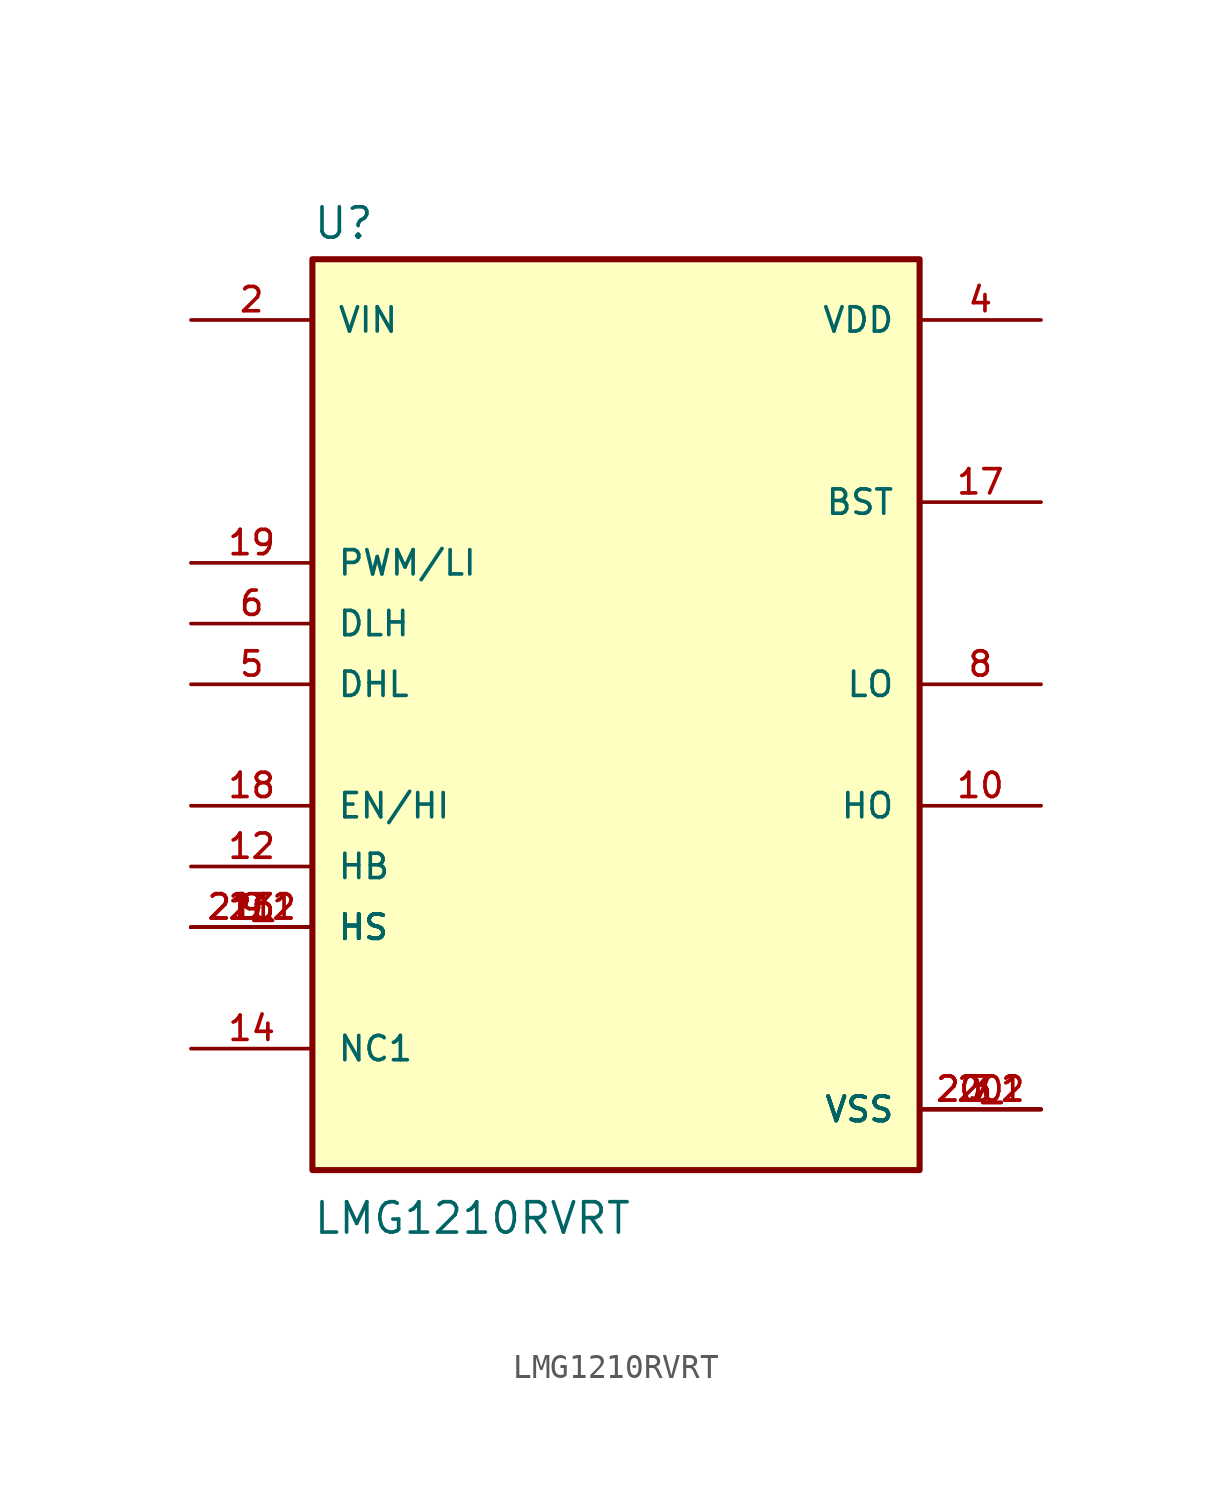
<source format=kicad_sym>
(kicad_symbol_lib
  (version 20220914)
  (generator kicad_symbol_editor)
  (symbol "LMG1210RVRT"
    (pin_names
      (offset 1.016))
    (property "Reference" "U"
      (at -12.7 21.082 0)
      (effects (font (size 1.27 1.27)) (justify left bottom)))
    (property "Value" "LMG1210RVRT"
      (at -12.7 -19.05 0)
      (effects (font (size 1.27 1.27)) (justify left top)))
    (symbol "LMG1210RVRT_0_0"
      (rectangle (start -12.7 -17.78) (end 12.7 20.32) (stroke (width 0.254) (type default)) (fill (type background)))
      (pin output line (at 17.78 -2.54 180) (length 5.08) (name "HO" (effects (font (size 1.016 1.016)))) (number "10" (effects (font (size 1.016 1.016)))))
      (pin input line (at -17.78 -5.08 0) (length 5.08) (name "HB" (effects (font (size 1.016 1.016)))) (number "12" (effects (font (size 1.016 1.016)))))
      (pin input line (at -17.78 -7.62 0) (length 5.08) (name "HS" (effects (font (size 1.016 1.016)))) (number "13" (effects (font (size 1.016 1.016)))))
      (pin passive line (at -17.78 -12.7 0) (length 5.08) (name "NC1" (effects (font (size 1.016 1.016)))) (number "14" (effects (font (size 1.016 1.016)))))
      (pin input line (at -17.78 -7.62 0) (length 5.08) (name "HS" (effects (font (size 1.016 1.016)))) (number "16" (effects (font (size 1.016 1.016)))))
      (pin output line (at 17.78 10.16 180) (length 5.08) (name "BST" (effects (font (size 1.016 1.016)))) (number "17" (effects (font (size 1.016 1.016)))))
      (pin input line (at -17.78 -2.54 0) (length 5.08) (name "EN/HI" (effects (font (size 1.016 1.016)))) (number "18" (effects (font (size 1.016 1.016)))))
      (pin input line (at -17.78 7.62 0) (length 5.08) (name "PWM/LI" (effects (font (size 1.016 1.016)))) (number "19" (effects (font (size 1.016 1.016)))))
      (pin input line (at -17.78 17.78 0) (length 5.08) (name "VIN" (effects (font (size 1.016 1.016)))) (number "2" (effects (font (size 1.016 1.016)))))
      (pin power_in line (at 17.78 -15.24 180) (length 5.08) (name "VSS" (effects (font (size 1.016 1.016)))) (number "20" (effects (font (size 1.016 1.016)))))
      (pin power_in line (at 17.78 -15.24 180) (length 5.08) (name "VSS" (effects (font (size 1.016 1.016)))) (number "20_1" (effects (font (size 1.016 1.016)))))
      (pin power_in line (at 17.78 -15.24 180) (length 5.08) (name "VSS" (effects (font (size 1.016 1.016)))) (number "20_2" (effects (font (size 1.016 1.016)))))
      (pin input line (at -17.78 -7.62 0) (length 5.08) (name "HS" (effects (font (size 1.016 1.016)))) (number "21" (effects (font (size 1.016 1.016)))))
      (pin input line (at -17.78 -7.62 0) (length 5.08) (name "HS" (effects (font (size 1.016 1.016)))) (number "21_1" (effects (font (size 1.016 1.016)))))
      (pin input line (at -17.78 -7.62 0) (length 5.08) (name "HS" (effects (font (size 1.016 1.016)))) (number "21_2" (effects (font (size 1.016 1.016)))))
      (pin power_in line (at 17.78 -15.24 180) (length 5.08) (name "VSS" (effects (font (size 1.016 1.016)))) (number "3" (effects (font (size 1.016 1.016)))))
      (pin power_in line (at 17.78 17.78 180) (length 5.08) (name "VDD" (effects (font (size 1.016 1.016)))) (number "4" (effects (font (size 1.016 1.016)))))
      (pin input line (at -17.78 2.54 0) (length 5.08) (name "DHL" (effects (font (size 1.016 1.016)))) (number "5" (effects (font (size 1.016 1.016)))))
      (pin input line (at -17.78 5.08 0) (length 5.08) (name "DLH" (effects (font (size 1.016 1.016)))) (number "6" (effects (font (size 1.016 1.016)))))
      (pin power_in line (at 17.78 -15.24 180) (length 5.08) (name "VSS" (effects (font (size 1.016 1.016)))) (number "7" (effects (font (size 1.016 1.016)))))
      (pin output line (at 17.78 2.54 180) (length 5.08) (name "LO" (effects (font (size 1.016 1.016)))) (number "8" (effects (font (size 1.016 1.016)))))
      (pin input line (at -17.78 -7.62 0) (length 5.08) (name "HS" (effects (font (size 1.016 1.016)))) (number "9" (effects (font (size 1.016 1.016))))))))
</source>
